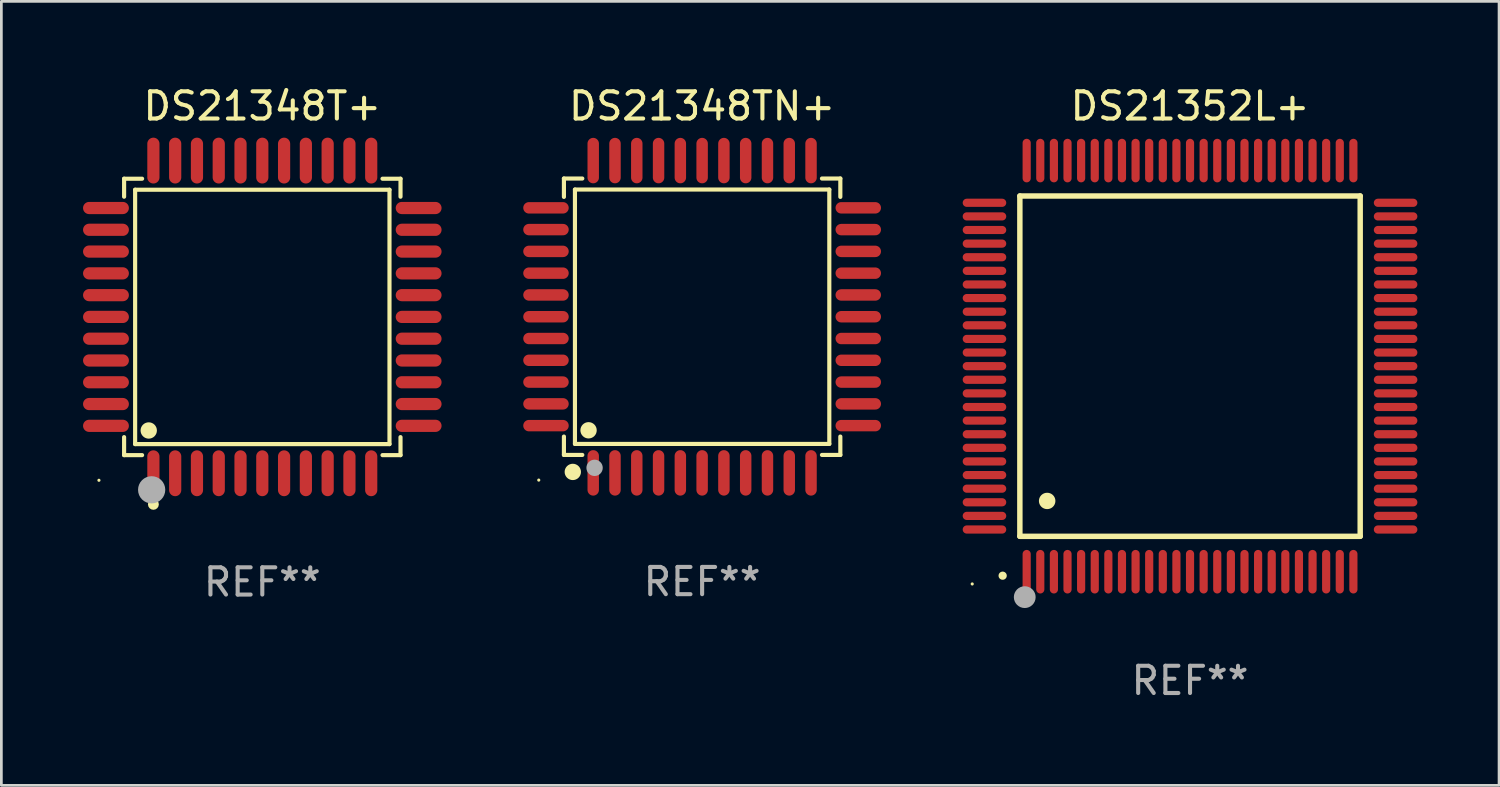
<source format=kicad_pcb>
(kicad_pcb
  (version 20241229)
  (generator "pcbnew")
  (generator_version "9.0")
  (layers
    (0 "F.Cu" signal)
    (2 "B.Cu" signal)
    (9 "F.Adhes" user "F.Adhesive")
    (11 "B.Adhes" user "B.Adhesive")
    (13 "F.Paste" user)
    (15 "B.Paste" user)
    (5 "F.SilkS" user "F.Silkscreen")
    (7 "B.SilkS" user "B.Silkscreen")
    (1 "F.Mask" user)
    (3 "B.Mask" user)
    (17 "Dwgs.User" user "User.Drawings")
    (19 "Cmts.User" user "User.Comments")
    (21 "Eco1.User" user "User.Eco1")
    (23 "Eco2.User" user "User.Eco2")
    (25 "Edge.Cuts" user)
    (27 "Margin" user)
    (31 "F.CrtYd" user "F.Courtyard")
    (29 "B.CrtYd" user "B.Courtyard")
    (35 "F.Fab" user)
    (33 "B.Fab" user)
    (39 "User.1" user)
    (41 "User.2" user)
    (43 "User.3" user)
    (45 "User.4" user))
  (footprint "DS21348T+"
    (layer "F.Cu")
    (at 6.584 8.59)
    (property "Reference" "DS21348T+" (at 0 -7.742 0) (layer "F.SilkS") (effects (font (size 1 1) (thickness 0.15))))
    (attr through_hole)
    (fp_line (start -5.076 -5.076) (end -4.415 -5.076) (stroke (width 0.152) (type solid)) (layer "F.SilkS"))
    (fp_line (start -5.076 -4.415) (end -5.076 -5.076) (stroke (width 0.152) (type solid)) (layer "F.SilkS"))
    (fp_line (start -5.076 4.415) (end -5.076 5.076) (stroke (width 0.152) (type solid)) (layer "F.SilkS"))
    (fp_line (start -5.076 5.076) (end -4.415 5.076) (stroke (width 0.152) (type solid)) (layer "F.SilkS"))
    (fp_line (start -4.671 -4.671) (end 4.671 -4.671) (stroke (width 0.152) (type solid)) (layer "F.SilkS"))
    (fp_line (start -4.671 4.671) (end -4.671 -4.671) (stroke (width 0.152) (type solid)) (layer "F.SilkS"))
    (fp_line (start 4.671 -4.671) (end 4.671 4.671) (stroke (width 0.152) (type solid)) (layer "F.SilkS"))
    (fp_line (start 4.671 4.671) (end -4.671 4.671) (stroke (width 0.152) (type solid)) (layer "F.SilkS"))
    (fp_line (start 5.076 -5.076) (end 4.415 -5.076) (stroke (width 0.152) (type solid)) (layer "F.SilkS"))
    (fp_line (start 5.076 -4.415) (end 5.076 -5.076) (stroke (width 0.152) (type solid)) (layer "F.SilkS"))
    (fp_line (start 5.076 4.415) (end 5.076 5.076) (stroke (width 0.152) (type solid)) (layer "F.SilkS"))
    (fp_line (start 5.076 5.076) (end 4.415 5.076) (stroke (width 0.152) (type solid)) (layer "F.SilkS"))
    (fp_circle (center -6 6) (end -5.97 6) (stroke (width 0.06) (type solid)) (fill no) (layer "F.SilkS"))
    (fp_circle (center -4.171 4.171) (end -4.021 4.171) (stroke (width 0.3) (type solid)) (fill no) (layer "F.SilkS"))
    (fp_circle (center -4 6.884) (end -3.9 6.884) (stroke (width 0.2) (type solid)) (fill no) (layer "F.SilkS"))
    (fp_circle (center -4.064 6.35) (end -3.814 6.35) (stroke (width 0.5) (type solid)) (fill no) (layer "F.Fab"))
    (fp_text user "REF**" (at 0 9.742 0) (layer "F.Fab") (effects (font (size 1 1) (thickness 0.15))))
    (pad "1" smd oval (at -4 5.742) (size 0.448 1.684) (layers "F.Cu" "F.Mask" "F.Paste"))
    (pad "2" smd oval (at -3.2 5.742) (size 0.448 1.684) (layers "F.Cu" "F.Mask" "F.Paste"))
    (pad "3" smd oval (at -2.4 5.742) (size 0.448 1.684) (layers "F.Cu" "F.Mask" "F.Paste"))
    (pad "4" smd oval (at -1.6 5.742) (size 0.448 1.684) (layers "F.Cu" "F.Mask" "F.Paste"))
    (pad "5" smd oval (at -0.8 5.742) (size 0.448 1.684) (layers "F.Cu" "F.Mask" "F.Paste"))
    (pad "6" smd oval (at 0 5.742) (size 0.448 1.684) (layers "F.Cu" "F.Mask" "F.Paste"))
    (pad "7" smd oval (at 0.8 5.742) (size 0.448 1.684) (layers "F.Cu" "F.Mask" "F.Paste"))
    (pad "8" smd oval (at 1.6 5.742) (size 0.448 1.684) (layers "F.Cu" "F.Mask" "F.Paste"))
    (pad "9" smd oval (at 2.4 5.742) (size 0.448 1.684) (layers "F.Cu" "F.Mask" "F.Paste"))
    (pad "10" smd oval (at 3.2 5.742) (size 0.448 1.684) (layers "F.Cu" "F.Mask" "F.Paste"))
    (pad "11" smd oval (at 4 5.742) (size 0.448 1.684) (layers "F.Cu" "F.Mask" "F.Paste"))
    (pad "12" smd oval (at 5.742 4) (size 1.684 0.448) (layers "F.Cu" "F.Mask" "F.Paste"))
    (pad "13" smd oval (at 5.742 3.2) (size 1.684 0.448) (layers "F.Cu" "F.Mask" "F.Paste"))
    (pad "14" smd oval (at 5.742 2.4) (size 1.684 0.448) (layers "F.Cu" "F.Mask" "F.Paste"))
    (pad "15" smd oval (at 5.742 1.6) (size 1.684 0.448) (layers "F.Cu" "F.Mask" "F.Paste"))
    (pad "16" smd oval (at 5.742 0.8) (size 1.684 0.448) (layers "F.Cu" "F.Mask" "F.Paste"))
    (pad "17" smd oval (at 5.742 0) (size 1.684 0.448) (layers "F.Cu" "F.Mask" "F.Paste"))
    (pad "18" smd oval (at 5.742 -0.8) (size 1.684 0.448) (layers "F.Cu" "F.Mask" "F.Paste"))
    (pad "19" smd oval (at 5.742 -1.6) (size 1.684 0.448) (layers "F.Cu" "F.Mask" "F.Paste"))
    (pad "20" smd oval (at 5.742 -2.4) (size 1.684 0.448) (layers "F.Cu" "F.Mask" "F.Paste"))
    (pad "21" smd oval (at 5.742 -3.2) (size 1.684 0.448) (layers "F.Cu" "F.Mask" "F.Paste"))
    (pad "22" smd oval (at 5.742 -4) (size 1.684 0.448) (layers "F.Cu" "F.Mask" "F.Paste"))
    (pad "23" smd oval (at 4 -5.742) (size 0.448 1.684) (layers "F.Cu" "F.Mask" "F.Paste"))
    (pad "24" smd oval (at 3.2 -5.742) (size 0.448 1.684) (layers "F.Cu" "F.Mask" "F.Paste"))
    (pad "25" smd oval (at 2.4 -5.742) (size 0.448 1.684) (layers "F.Cu" "F.Mask" "F.Paste"))
    (pad "26" smd oval (at 1.6 -5.742) (size 0.448 1.684) (layers "F.Cu" "F.Mask" "F.Paste"))
    (pad "27" smd oval (at 0.8 -5.742) (size 0.448 1.684) (layers "F.Cu" "F.Mask" "F.Paste"))
    (pad "28" smd oval (at 0 -5.742) (size 0.448 1.684) (layers "F.Cu" "F.Mask" "F.Paste"))
    (pad "29" smd oval (at -0.8 -5.742) (size 0.448 1.684) (layers "F.Cu" "F.Mask" "F.Paste"))
    (pad "30" smd oval (at -1.6 -5.742) (size 0.448 1.684) (layers "F.Cu" "F.Mask" "F.Paste"))
    (pad "31" smd oval (at -2.4 -5.742) (size 0.448 1.684) (layers "F.Cu" "F.Mask" "F.Paste"))
    (pad "32" smd oval (at -3.2 -5.742) (size 0.448 1.684) (layers "F.Cu" "F.Mask" "F.Paste"))
    (pad "33" smd oval (at -4 -5.742) (size 0.448 1.684) (layers "F.Cu" "F.Mask" "F.Paste"))
    (pad "34" smd oval (at -5.742 -4) (size 1.684 0.448) (layers "F.Cu" "F.Mask" "F.Paste"))
    (pad "35" smd oval (at -5.742 -3.2) (size 1.684 0.448) (layers "F.Cu" "F.Mask" "F.Paste"))
    (pad "36" smd oval (at -5.742 -2.4) (size 1.684 0.448) (layers "F.Cu" "F.Mask" "F.Paste"))
    (pad "37" smd oval (at -5.742 -1.6) (size 1.684 0.448) (layers "F.Cu" "F.Mask" "F.Paste"))
    (pad "38" smd oval (at -5.742 -0.8) (size 1.684 0.448) (layers "F.Cu" "F.Mask" "F.Paste"))
    (pad "39" smd oval (at -5.742 0) (size 1.684 0.448) (layers "F.Cu" "F.Mask" "F.Paste"))
    (pad "40" smd oval (at -5.742 0.8) (size 1.684 0.448) (layers "F.Cu" "F.Mask" "F.Paste"))
    (pad "41" smd oval (at -5.742 1.6) (size 1.684 0.448) (layers "F.Cu" "F.Mask" "F.Paste"))
    (pad "42" smd oval (at -5.742 2.4) (size 1.684 0.448) (layers "F.Cu" "F.Mask" "F.Paste"))
    (pad "43" smd oval (at -5.742 3.2) (size 1.684 0.448) (layers "F.Cu" "F.Mask" "F.Paste"))
    (pad "44" smd oval (at -5.742 4) (size 1.684 0.448) (layers "F.Cu" "F.Mask" "F.Paste")))
  (footprint "DS21352L+"
    (layer "F.Cu")
    (at 40.658 10.398)
    (property "Reference" "DS21352L+" (at 0 -9.55 0) (layer "F.SilkS") (effects (font (size 1 1) (thickness 0.15))))
    (attr through_hole)
    (fp_line (start -6.25 -6.25) (end -6.25 6.25) (stroke (width 0.2) (type solid)) (layer "F.SilkS"))
    (fp_line (start -6.25 6.25) (end 6.25 6.25) (stroke (width 0.2) (type solid)) (layer "F.SilkS"))
    (fp_line (start 6.25 -6.25) (end -6.25 -6.25) (stroke (width 0.2) (type solid)) (layer "F.SilkS"))
    (fp_line (start 6.25 6.25) (end 6.25 -6.25) (stroke (width 0.2) (type solid)) (layer "F.SilkS"))
    (fp_arc (start -6.883414 7.696215) (mid -6.882144 7.69621) (end -6.880874 7.696215) (stroke (width 0.3) (type solid)) (layer "F.SilkS"))
    (fp_arc (start -5.250191 4.95047) (mid -5.247651 4.950459) (end -5.245111 4.95047) (stroke (width 0.6) (type solid)) (layer "F.SilkS"))
    (fp_circle (center -8 8) (end -7.97 8) (stroke (width 0.06) (type solid)) (fill no) (layer "F.SilkS"))
    (fp_circle (center -6.071 8.484) (end -5.871 8.484) (stroke (width 0.4) (type solid)) (fill no) (layer "F.Fab"))
    (fp_text user "REF**" (at 0 11.55 0) (layer "F.Fab") (effects (font (size 1 1) (thickness 0.15))))
    (pad "1" smd oval (at -6 7.55) (size 0.3 1.6) (layers "F.Cu" "F.Mask" "F.Paste"))
    (pad "2" smd oval (at -5.5 7.55) (size 0.3 1.6) (layers "F.Cu" "F.Mask" "F.Paste"))
    (pad "3" smd oval (at -5 7.55) (size 0.3 1.6) (layers "F.Cu" "F.Mask" "F.Paste"))
    (pad "4" smd oval (at -4.5 7.55) (size 0.3 1.6) (layers "F.Cu" "F.Mask" "F.Paste"))
    (pad "5" smd oval (at -4 7.55) (size 0.3 1.6) (layers "F.Cu" "F.Mask" "F.Paste"))
    (pad "6" smd oval (at -3.5 7.55) (size 0.3 1.6) (layers "F.Cu" "F.Mask" "F.Paste"))
    (pad "7" smd oval (at -3 7.55) (size 0.3 1.6) (layers "F.Cu" "F.Mask" "F.Paste"))
    (pad "8" smd oval (at -2.5 7.55) (size 0.3 1.6) (layers "F.Cu" "F.Mask" "F.Paste"))
    (pad "9" smd oval (at -2 7.55) (size 0.3 1.6) (layers "F.Cu" "F.Mask" "F.Paste"))
    (pad "10" smd oval (at -1.5 7.55) (size 0.3 1.6) (layers "F.Cu" "F.Mask" "F.Paste"))
    (pad "11" smd oval (at -1 7.55) (size 0.3 1.6) (layers "F.Cu" "F.Mask" "F.Paste"))
    (pad "12" smd oval (at -0.5 7.55) (size 0.3 1.6) (layers "F.Cu" "F.Mask" "F.Paste"))
    (pad "13" smd oval (at 0 7.55) (size 0.3 1.6) (layers "F.Cu" "F.Mask" "F.Paste"))
    (pad "14" smd oval (at 0.5 7.55) (size 0.3 1.6) (layers "F.Cu" "F.Mask" "F.Paste"))
    (pad "15" smd oval (at 1 7.55) (size 0.3 1.6) (layers "F.Cu" "F.Mask" "F.Paste"))
    (pad "16" smd oval (at 1.5 7.55) (size 0.3 1.6) (layers "F.Cu" "F.Mask" "F.Paste"))
    (pad "17" smd oval (at 2 7.55) (size 0.3 1.6) (layers "F.Cu" "F.Mask" "F.Paste"))
    (pad "18" smd oval (at 2.5 7.55) (size 0.3 1.6) (layers "F.Cu" "F.Mask" "F.Paste"))
    (pad "19" smd oval (at 3 7.55) (size 0.3 1.6) (layers "F.Cu" "F.Mask" "F.Paste"))
    (pad "20" smd oval (at 3.5 7.55) (size 0.3 1.6) (layers "F.Cu" "F.Mask" "F.Paste"))
    (pad "21" smd oval (at 4 7.55) (size 0.3 1.6) (layers "F.Cu" "F.Mask" "F.Paste"))
    (pad "22" smd oval (at 4.5 7.55) (size 0.3 1.6) (layers "F.Cu" "F.Mask" "F.Paste"))
    (pad "23" smd oval (at 5 7.55) (size 0.3 1.6) (layers "F.Cu" "F.Mask" "F.Paste"))
    (pad "24" smd oval (at 5.5 7.55) (size 0.3 1.6) (layers "F.Cu" "F.Mask" "F.Paste"))
    (pad "25" smd oval (at 6 7.55) (size 0.3 1.6) (layers "F.Cu" "F.Mask" "F.Paste"))
    (pad "26" smd oval (at 7.55 6) (size 1.6 0.3) (layers "F.Cu" "F.Mask" "F.Paste"))
    (pad "27" smd oval (at 7.55 5.5) (size 1.6 0.3) (layers "F.Cu" "F.Mask" "F.Paste"))
    (pad "28" smd oval (at 7.55 5) (size 1.6 0.3) (layers "F.Cu" "F.Mask" "F.Paste"))
    (pad "29" smd oval (at 7.55 4.5) (size 1.6 0.3) (layers "F.Cu" "F.Mask" "F.Paste"))
    (pad "30" smd oval (at 7.55 4) (size 1.6 0.3) (layers "F.Cu" "F.Mask" "F.Paste"))
    (pad "31" smd oval (at 7.55 3.5) (size 1.6 0.3) (layers "F.Cu" "F.Mask" "F.Paste"))
    (pad "32" smd oval (at 7.55 3) (size 1.6 0.3) (layers "F.Cu" "F.Mask" "F.Paste"))
    (pad "33" smd oval (at 7.55 2.5) (size 1.6 0.3) (layers "F.Cu" "F.Mask" "F.Paste"))
    (pad "34" smd oval (at 7.55 2) (size 1.6 0.3) (layers "F.Cu" "F.Mask" "F.Paste"))
    (pad "35" smd oval (at 7.55 1.5) (size 1.6 0.3) (layers "F.Cu" "F.Mask" "F.Paste"))
    (pad "36" smd oval (at 7.55 1) (size 1.6 0.3) (layers "F.Cu" "F.Mask" "F.Paste"))
    (pad "37" smd oval (at 7.55 0.5) (size 1.6 0.3) (layers "F.Cu" "F.Mask" "F.Paste"))
    (pad "38" smd oval (at 7.55 0) (size 1.6 0.3) (layers "F.Cu" "F.Mask" "F.Paste"))
    (pad "39" smd oval (at 7.55 -0.5) (size 1.6 0.3) (layers "F.Cu" "F.Mask" "F.Paste"))
    (pad "40" smd oval (at 7.55 -1) (size 1.6 0.3) (layers "F.Cu" "F.Mask" "F.Paste"))
    (pad "41" smd oval (at 7.55 -1.5) (size 1.6 0.3) (layers "F.Cu" "F.Mask" "F.Paste"))
    (pad "42" smd oval (at 7.55 -2) (size 1.6 0.3) (layers "F.Cu" "F.Mask" "F.Paste"))
    (pad "43" smd oval (at 7.55 -2.5) (size 1.6 0.3) (layers "F.Cu" "F.Mask" "F.Paste"))
    (pad "44" smd oval (at 7.55 -3) (size 1.6 0.3) (layers "F.Cu" "F.Mask" "F.Paste"))
    (pad "45" smd oval (at 7.55 -3.5) (size 1.6 0.3) (layers "F.Cu" "F.Mask" "F.Paste"))
    (pad "46" smd oval (at 7.55 -4) (size 1.6 0.3) (layers "F.Cu" "F.Mask" "F.Paste"))
    (pad "47" smd oval (at 7.55 -4.5) (size 1.6 0.3) (layers "F.Cu" "F.Mask" "F.Paste"))
    (pad "48" smd oval (at 7.55 -5) (size 1.6 0.3) (layers "F.Cu" "F.Mask" "F.Paste"))
    (pad "49" smd oval (at 7.55 -5.5) (size 1.6 0.3) (layers "F.Cu" "F.Mask" "F.Paste"))
    (pad "50" smd oval (at 7.55 -6) (size 1.6 0.3) (layers "F.Cu" "F.Mask" "F.Paste"))
    (pad "51" smd oval (at 6 -7.55) (size 0.3 1.6) (layers "F.Cu" "F.Mask" "F.Paste"))
    (pad "52" smd oval (at 5.5 -7.55) (size 0.3 1.6) (layers "F.Cu" "F.Mask" "F.Paste"))
    (pad "53" smd oval (at 5 -7.55) (size 0.3 1.6) (layers "F.Cu" "F.Mask" "F.Paste"))
    (pad "54" smd oval (at 4.5 -7.55) (size 0.3 1.6) (layers "F.Cu" "F.Mask" "F.Paste"))
    (pad "55" smd oval (at 4 -7.55) (size 0.3 1.6) (layers "F.Cu" "F.Mask" "F.Paste"))
    (pad "56" smd oval (at 3.5 -7.55) (size 0.3 1.6) (layers "F.Cu" "F.Mask" "F.Paste"))
    (pad "57" smd oval (at 3 -7.55) (size 0.3 1.6) (layers "F.Cu" "F.Mask" "F.Paste"))
    (pad "58" smd oval (at 2.5 -7.55) (size 0.3 1.6) (layers "F.Cu" "F.Mask" "F.Paste"))
    (pad "59" smd oval (at 2 -7.55) (size 0.3 1.6) (layers "F.Cu" "F.Mask" "F.Paste"))
    (pad "60" smd oval (at 1.5 -7.55) (size 0.3 1.6) (layers "F.Cu" "F.Mask" "F.Paste"))
    (pad "61" smd oval (at 1 -7.55) (size 0.3 1.6) (layers "F.Cu" "F.Mask" "F.Paste"))
    (pad "62" smd oval (at 0.5 -7.55) (size 0.3 1.6) (layers "F.Cu" "F.Mask" "F.Paste"))
    (pad "63" smd oval (at 0 -7.55) (size 0.3 1.6) (layers "F.Cu" "F.Mask" "F.Paste"))
    (pad "64" smd oval (at -0.5 -7.55) (size 0.3 1.6) (layers "F.Cu" "F.Mask" "F.Paste"))
    (pad "65" smd oval (at -1 -7.55) (size 0.3 1.6) (layers "F.Cu" "F.Mask" "F.Paste"))
    (pad "66" smd oval (at -1.5 -7.55) (size 0.3 1.6) (layers "F.Cu" "F.Mask" "F.Paste"))
    (pad "67" smd oval (at -2 -7.55) (size 0.3 1.6) (layers "F.Cu" "F.Mask" "F.Paste"))
    (pad "68" smd oval (at -2.5 -7.55) (size 0.3 1.6) (layers "F.Cu" "F.Mask" "F.Paste"))
    (pad "69" smd oval (at -3 -7.55) (size 0.3 1.6) (layers "F.Cu" "F.Mask" "F.Paste"))
    (pad "70" smd oval (at -3.5 -7.55) (size 0.3 1.6) (layers "F.Cu" "F.Mask" "F.Paste"))
    (pad "71" smd oval (at -4 -7.55) (size 0.3 1.6) (layers "F.Cu" "F.Mask" "F.Paste"))
    (pad "72" smd oval (at -4.5 -7.55) (size 0.3 1.6) (layers "F.Cu" "F.Mask" "F.Paste"))
    (pad "73" smd oval (at -5 -7.55) (size 0.3 1.6) (layers "F.Cu" "F.Mask" "F.Paste"))
    (pad "74" smd oval (at -5.5 -7.55) (size 0.3 1.6) (layers "F.Cu" "F.Mask" "F.Paste"))
    (pad "75" smd oval (at -6 -7.55) (size 0.3 1.6) (layers "F.Cu" "F.Mask" "F.Paste"))
    (pad "76" smd oval (at -7.55 -6) (size 1.6 0.3) (layers "F.Cu" "F.Mask" "F.Paste"))
    (pad "77" smd oval (at -7.55 -5.5) (size 1.6 0.3) (layers "F.Cu" "F.Mask" "F.Paste"))
    (pad "78" smd oval (at -7.55 -5) (size 1.6 0.3) (layers "F.Cu" "F.Mask" "F.Paste"))
    (pad "79" smd oval (at -7.55 -4.5) (size 1.6 0.3) (layers "F.Cu" "F.Mask" "F.Paste"))
    (pad "80" smd oval (at -7.55 -4) (size 1.6 0.3) (layers "F.Cu" "F.Mask" "F.Paste"))
    (pad "81" smd oval (at -7.55 -3.5) (size 1.6 0.3) (layers "F.Cu" "F.Mask" "F.Paste"))
    (pad "82" smd oval (at -7.55 -3) (size 1.6 0.3) (layers "F.Cu" "F.Mask" "F.Paste"))
    (pad "83" smd oval (at -7.55 -2.5) (size 1.6 0.3) (layers "F.Cu" "F.Mask" "F.Paste"))
    (pad "84" smd oval (at -7.55 -2) (size 1.6 0.3) (layers "F.Cu" "F.Mask" "F.Paste"))
    (pad "85" smd oval (at -7.55 -1.5) (size 1.6 0.3) (layers "F.Cu" "F.Mask" "F.Paste"))
    (pad "86" smd oval (at -7.55 -1) (size 1.6 0.3) (layers "F.Cu" "F.Mask" "F.Paste"))
    (pad "87" smd oval (at -7.55 -0.5) (size 1.6 0.3) (layers "F.Cu" "F.Mask" "F.Paste"))
    (pad "88" smd oval (at -7.55 0) (size 1.6 0.3) (layers "F.Cu" "F.Mask" "F.Paste"))
    (pad "89" smd oval (at -7.55 0.5) (size 1.6 0.3) (layers "F.Cu" "F.Mask" "F.Paste"))
    (pad "90" smd oval (at -7.55 1) (size 1.6 0.3) (layers "F.Cu" "F.Mask" "F.Paste"))
    (pad "91" smd oval (at -7.55 1.5) (size 1.6 0.3) (layers "F.Cu" "F.Mask" "F.Paste"))
    (pad "92" smd oval (at -7.55 2) (size 1.6 0.3) (layers "F.Cu" "F.Mask" "F.Paste"))
    (pad "93" smd oval (at -7.55 2.5) (size 1.6 0.3) (layers "F.Cu" "F.Mask" "F.Paste"))
    (pad "94" smd oval (at -7.55 3) (size 1.6 0.3) (layers "F.Cu" "F.Mask" "F.Paste"))
    (pad "95" smd oval (at -7.55 3.5) (size 1.6 0.3) (layers "F.Cu" "F.Mask" "F.Paste"))
    (pad "96" smd oval (at -7.55 4) (size 1.6 0.3) (layers "F.Cu" "F.Mask" "F.Paste"))
    (pad "97" smd oval (at -7.55 4.5) (size 1.6 0.3) (layers "F.Cu" "F.Mask" "F.Paste"))
    (pad "98" smd oval (at -7.55 5) (size 1.6 0.3) (layers "F.Cu" "F.Mask" "F.Paste"))
    (pad "99" smd oval (at -7.55 5.5) (size 1.6 0.3) (layers "F.Cu" "F.Mask" "F.Paste"))
    (pad "100" smd oval (at -7.55 6) (size 1.6 0.3) (layers "F.Cu" "F.Mask" "F.Paste")))
  (footprint "DS21348TN+"
    (layer "F.Cu")
    (at 22.738 8.583)
    (property "Reference" "DS21348TN+" (at 0 -7.735 0) (layer "F.SilkS") (effects (font (size 1 1) (thickness 0.15))))
    (attr through_hole)
    (fp_line (start -5.076 -5.076) (end -4.401 -5.076) (stroke (width 0.152) (type solid)) (layer "F.SilkS"))
    (fp_line (start -5.076 -4.401) (end -5.076 -5.076) (stroke (width 0.152) (type solid)) (layer "F.SilkS"))
    (fp_line (start -5.076 4.401) (end -5.076 5.076) (stroke (width 0.152) (type solid)) (layer "F.SilkS"))
    (fp_line (start -5.076 5.076) (end -4.401 5.076) (stroke (width 0.152) (type solid)) (layer "F.SilkS"))
    (fp_line (start -4.671 -4.671) (end 4.671 -4.671) (stroke (width 0.152) (type solid)) (layer "F.SilkS"))
    (fp_line (start -4.671 4.671) (end -4.671 -4.671) (stroke (width 0.152) (type solid)) (layer "F.SilkS"))
    (fp_line (start 4.671 -4.671) (end 4.671 4.671) (stroke (width 0.152) (type solid)) (layer "F.SilkS"))
    (fp_line (start 4.671 4.671) (end -4.671 4.671) (stroke (width 0.152) (type solid)) (layer "F.SilkS"))
    (fp_line (start 5.076 -5.076) (end 4.401 -5.076) (stroke (width 0.152) (type solid)) (layer "F.SilkS"))
    (fp_line (start 5.076 -4.401) (end 5.076 -5.076) (stroke (width 0.152) (type solid)) (layer "F.SilkS"))
    (fp_line (start 5.076 4.401) (end 5.076 5.076) (stroke (width 0.152) (type solid)) (layer "F.SilkS"))
    (fp_line (start 5.076 5.076) (end 4.401 5.076) (stroke (width 0.152) (type solid)) (layer "F.SilkS"))
    (fp_circle (center -6 6) (end -5.97 6) (stroke (width 0.06) (type solid)) (fill no) (layer "F.SilkS"))
    (fp_circle (center -4.75 5.7) (end -4.6 5.7) (stroke (width 0.3) (type solid)) (fill no) (layer "F.SilkS"))
    (fp_circle (center -4.171 4.171) (end -4.021 4.171) (stroke (width 0.3) (type solid)) (fill no) (layer "F.SilkS"))
    (fp_circle (center -3.95 5.55) (end -3.8 5.55) (stroke (width 0.3) (type solid)) (fill no) (layer "F.Fab"))
    (fp_text user "REF**" (at 0 9.735 0) (layer "F.Fab") (effects (font (size 1 1) (thickness 0.15))))
    (pad "1" smd oval (at -4 5.735) (size 0.42 1.67) (layers "F.Cu" "F.Mask" "F.Paste"))
    (pad "2" smd oval (at -3.2 5.735) (size 0.42 1.67) (layers "F.Cu" "F.Mask" "F.Paste"))
    (pad "3" smd oval (at -2.4 5.735) (size 0.42 1.67) (layers "F.Cu" "F.Mask" "F.Paste"))
    (pad "4" smd oval (at -1.6 5.735) (size 0.42 1.67) (layers "F.Cu" "F.Mask" "F.Paste"))
    (pad "5" smd oval (at -0.8 5.735) (size 0.42 1.67) (layers "F.Cu" "F.Mask" "F.Paste"))
    (pad "6" smd oval (at 0 5.735) (size 0.42 1.67) (layers "F.Cu" "F.Mask" "F.Paste"))
    (pad "7" smd oval (at 0.8 5.735) (size 0.42 1.67) (layers "F.Cu" "F.Mask" "F.Paste"))
    (pad "8" smd oval (at 1.6 5.735) (size 0.42 1.67) (layers "F.Cu" "F.Mask" "F.Paste"))
    (pad "9" smd oval (at 2.4 5.735) (size 0.42 1.67) (layers "F.Cu" "F.Mask" "F.Paste"))
    (pad "10" smd oval (at 3.2 5.735) (size 0.42 1.67) (layers "F.Cu" "F.Mask" "F.Paste"))
    (pad "11" smd oval (at 4 5.735) (size 0.42 1.67) (layers "F.Cu" "F.Mask" "F.Paste"))
    (pad "12" smd oval (at 5.735 4) (size 1.67 0.42) (layers "F.Cu" "F.Mask" "F.Paste"))
    (pad "13" smd oval (at 5.735 3.2) (size 1.67 0.42) (layers "F.Cu" "F.Mask" "F.Paste"))
    (pad "14" smd oval (at 5.735 2.4) (size 1.67 0.42) (layers "F.Cu" "F.Mask" "F.Paste"))
    (pad "15" smd oval (at 5.735 1.6) (size 1.67 0.42) (layers "F.Cu" "F.Mask" "F.Paste"))
    (pad "16" smd oval (at 5.735 0.8) (size 1.67 0.42) (layers "F.Cu" "F.Mask" "F.Paste"))
    (pad "17" smd oval (at 5.735 0) (size 1.67 0.42) (layers "F.Cu" "F.Mask" "F.Paste"))
    (pad "18" smd oval (at 5.735 -0.8) (size 1.67 0.42) (layers "F.Cu" "F.Mask" "F.Paste"))
    (pad "19" smd oval (at 5.735 -1.6) (size 1.67 0.42) (layers "F.Cu" "F.Mask" "F.Paste"))
    (pad "20" smd oval (at 5.735 -2.4) (size 1.67 0.42) (layers "F.Cu" "F.Mask" "F.Paste"))
    (pad "21" smd oval (at 5.735 -3.2) (size 1.67 0.42) (layers "F.Cu" "F.Mask" "F.Paste"))
    (pad "22" smd oval (at 5.735 -4) (size 1.67 0.42) (layers "F.Cu" "F.Mask" "F.Paste"))
    (pad "23" smd oval (at 4 -5.735) (size 0.42 1.67) (layers "F.Cu" "F.Mask" "F.Paste"))
    (pad "24" smd oval (at 3.2 -5.735) (size 0.42 1.67) (layers "F.Cu" "F.Mask" "F.Paste"))
    (pad "25" smd oval (at 2.4 -5.735) (size 0.42 1.67) (layers "F.Cu" "F.Mask" "F.Paste"))
    (pad "26" smd oval (at 1.6 -5.735) (size 0.42 1.67) (layers "F.Cu" "F.Mask" "F.Paste"))
    (pad "27" smd oval (at 0.8 -5.735) (size 0.42 1.67) (layers "F.Cu" "F.Mask" "F.Paste"))
    (pad "28" smd oval (at 0 -5.735) (size 0.42 1.67) (layers "F.Cu" "F.Mask" "F.Paste"))
    (pad "29" smd oval (at -0.8 -5.735) (size 0.42 1.67) (layers "F.Cu" "F.Mask" "F.Paste"))
    (pad "30" smd oval (at -1.6 -5.735) (size 0.42 1.67) (layers "F.Cu" "F.Mask" "F.Paste"))
    (pad "31" smd oval (at -2.4 -5.735) (size 0.42 1.67) (layers "F.Cu" "F.Mask" "F.Paste"))
    (pad "32" smd oval (at -3.2 -5.735) (size 0.42 1.67) (layers "F.Cu" "F.Mask" "F.Paste"))
    (pad "33" smd oval (at -4 -5.735) (size 0.42 1.67) (layers "F.Cu" "F.Mask" "F.Paste"))
    (pad "34" smd oval (at -5.735 -4) (size 1.67 0.42) (layers "F.Cu" "F.Mask" "F.Paste"))
    (pad "35" smd oval (at -5.735 -3.2) (size 1.67 0.42) (layers "F.Cu" "F.Mask" "F.Paste"))
    (pad "36" smd oval (at -5.735 -2.4) (size 1.67 0.42) (layers "F.Cu" "F.Mask" "F.Paste"))
    (pad "37" smd oval (at -5.735 -1.6) (size 1.67 0.42) (layers "F.Cu" "F.Mask" "F.Paste"))
    (pad "38" smd oval (at -5.735 -0.8) (size 1.67 0.42) (layers "F.Cu" "F.Mask" "F.Paste"))
    (pad "39" smd oval (at -5.735 0) (size 1.67 0.42) (layers "F.Cu" "F.Mask" "F.Paste"))
    (pad "40" smd oval (at -5.735 0.8) (size 1.67 0.42) (layers "F.Cu" "F.Mask" "F.Paste"))
    (pad "41" smd oval (at -5.735 1.6) (size 1.67 0.42) (layers "F.Cu" "F.Mask" "F.Paste"))
    (pad "42" smd oval (at -5.735 2.4) (size 1.67 0.42) (layers "F.Cu" "F.Mask" "F.Paste"))
    (pad "43" smd oval (at -5.735 3.2) (size 1.67 0.42) (layers "F.Cu" "F.Mask" "F.Paste"))
    (pad "44" smd oval (at -5.735 4) (size 1.67 0.42) (layers "F.Cu" "F.Mask" "F.Paste")))
  (gr_rect
    (start -3 -3)
    (end 52.008 25.796)
    (stroke (width 0.1) (type default))
    (fill no)
    (layer "Edge.Cuts")))
</source>
